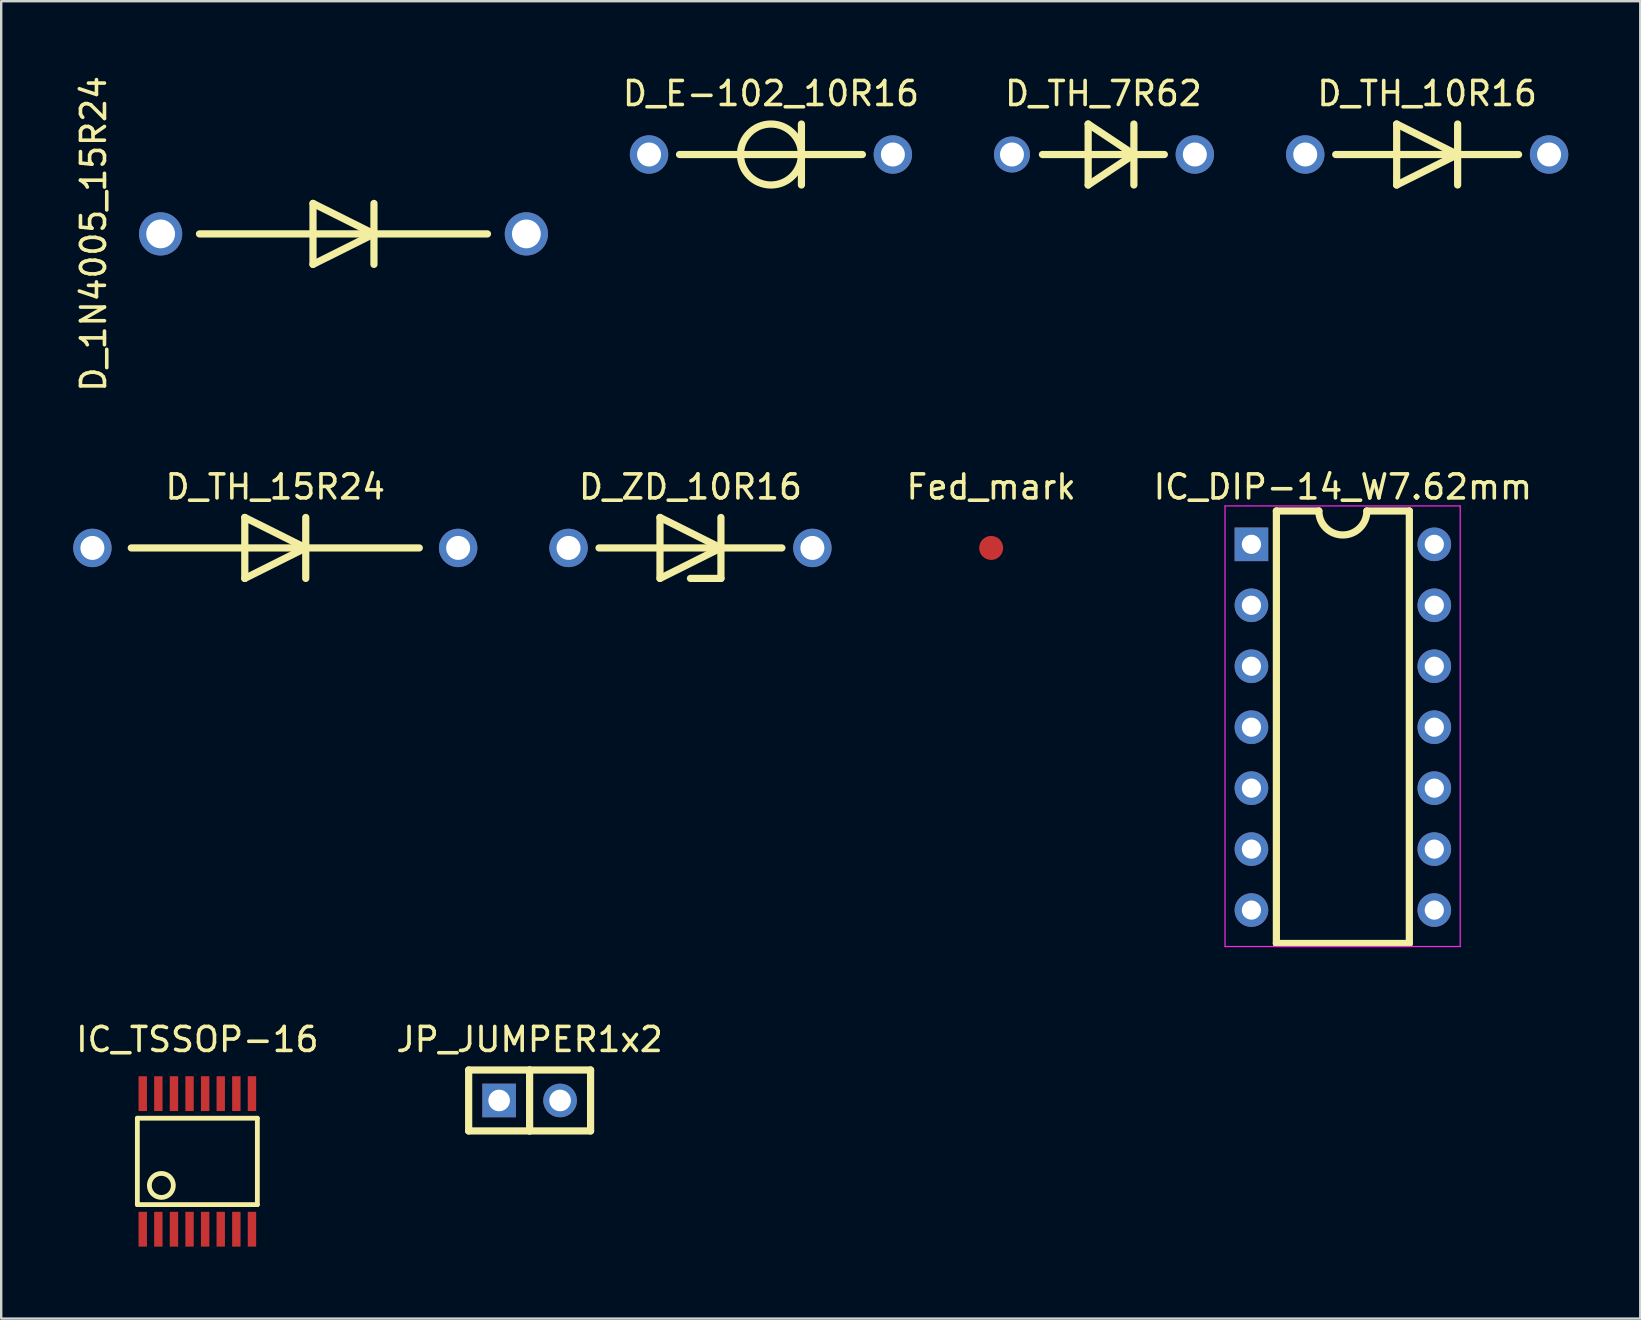
<source format=kicad_pcb>
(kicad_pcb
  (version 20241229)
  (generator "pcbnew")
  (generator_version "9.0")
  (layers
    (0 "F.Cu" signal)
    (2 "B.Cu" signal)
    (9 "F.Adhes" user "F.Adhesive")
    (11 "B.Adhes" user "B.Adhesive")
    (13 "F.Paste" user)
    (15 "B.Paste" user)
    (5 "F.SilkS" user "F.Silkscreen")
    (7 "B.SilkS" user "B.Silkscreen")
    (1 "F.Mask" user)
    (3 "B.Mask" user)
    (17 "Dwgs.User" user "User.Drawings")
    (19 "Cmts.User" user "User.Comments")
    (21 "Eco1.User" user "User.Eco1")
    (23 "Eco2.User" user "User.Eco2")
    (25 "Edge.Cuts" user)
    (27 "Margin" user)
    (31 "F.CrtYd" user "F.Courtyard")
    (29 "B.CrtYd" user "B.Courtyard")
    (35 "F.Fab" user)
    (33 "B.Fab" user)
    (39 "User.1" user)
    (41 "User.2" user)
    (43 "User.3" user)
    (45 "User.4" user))
  (footprint "D_E-102_10R16"
    (layer "F.Cu")
    (at 29.074 3.388)
    (property "Reference" "D_E-102_10R16" (at 0 -2.54 0) (layer "F.SilkS") (effects (font (size 1 1) (thickness 0.15))))
    (attr through_hole)
    (fp_line (start -3.81 0) (end 3.81 0) (stroke (width 0.3) (type solid)) (layer "F.SilkS"))
    (fp_line (start 1.27 1.27) (end 1.27 -1.27) (stroke (width 0.3) (type solid)) (layer "F.SilkS"))
    (fp_circle (center 0 0) (end 1.27 0) (stroke (width 0.3) (type solid)) (fill no) (layer "F.SilkS"))
    (pad "1" thru_hole circle (at -5.08 0) (size 1.6 1.6) (drill 1) (layers "*.Cu" "*.Mask"))
    (pad "2" thru_hole circle (at 5.08 0) (size 1.6 1.6) (drill 1) (layers "*.Cu" "*.Mask")))
  (footprint "IC_TSSOP-16"
    (layer "F.Cu")
    (at 5.173 45.344)
    (property "Reference" "IC_TSSOP-16" (at 0 -5.08 0) (layer "F.SilkS") (effects (font (size 1 1) (thickness 0.15))))
    (attr through_hole)
    (fp_line (start -2.5 -1.8) (end -2.5 1.8) (stroke (width 0.2) (type solid)) (layer "F.SilkS"))
    (fp_line (start -2.5 1.8) (end 2.5 1.8) (stroke (width 0.2) (type solid)) (layer "F.SilkS"))
    (fp_line (start 2.5 -1.8) (end -2.5 -1.8) (stroke (width 0.2) (type solid)) (layer "F.SilkS"))
    (fp_line (start 2.5 1.8) (end 2.5 -1.8) (stroke (width 0.2) (type solid)) (layer "F.SilkS"))
    (fp_circle (center -1.5 1) (end -1 1) (stroke (width 0.2) (type solid)) (fill no) (layer "F.SilkS"))
    (pad "1" smd rect (at -2.275 2.825) (size 0.35 1.45) (layers "F.Cu" "F.Mask" "F.Paste"))
    (pad "2" smd rect (at -1.625 2.825) (size 0.35 1.45) (layers "F.Cu" "F.Mask" "F.Paste"))
    (pad "3" smd rect (at -0.975 2.825) (size 0.35 1.45) (layers "F.Cu" "F.Mask" "F.Paste"))
    (pad "4" smd rect (at -0.325 2.825) (size 0.35 1.45) (layers "F.Cu" "F.Mask" "F.Paste"))
    (pad "5" smd rect (at 0.325 2.825) (size 0.35 1.45) (layers "F.Cu" "F.Mask" "F.Paste"))
    (pad "6" smd rect (at 0.975 2.825) (size 0.35 1.45) (layers "F.Cu" "F.Mask" "F.Paste"))
    (pad "7" smd rect (at 1.625 2.825) (size 0.35 1.45) (layers "F.Cu" "F.Mask" "F.Paste"))
    (pad "8" smd rect (at 2.275 2.825) (size 0.35 1.45) (layers "F.Cu" "F.Mask" "F.Paste"))
    (pad "9" smd rect (at 2.275 -2.825) (size 0.35 1.45) (layers "F.Cu" "F.Mask" "F.Paste"))
    (pad "10" smd rect (at 1.625 -2.825) (size 0.35 1.45) (layers "F.Cu" "F.Mask" "F.Paste"))
    (pad "11" smd rect (at 0.975 -2.825) (size 0.35 1.45) (layers "F.Cu" "F.Mask" "F.Paste"))
    (pad "12" smd rect (at 0.325 -2.825) (size 0.35 1.45) (layers "F.Cu" "F.Mask" "F.Paste"))
    (pad "13" smd rect (at -0.325 -2.825) (size 0.35 1.45) (layers "F.Cu" "F.Mask" "F.Paste"))
    (pad "14" smd rect (at -0.975 -2.825) (size 0.35 1.45) (layers "F.Cu" "F.Mask" "F.Paste"))
    (pad "15" smd rect (at -1.625 -2.825) (size 0.35 1.45) (layers "F.Cu" "F.Mask" "F.Paste"))
    (pad "16" smd rect (at -2.275 -2.825) (size 0.35 1.45) (layers "F.Cu" "F.Mask" "F.Paste")))
  (footprint "Fed_mark"
    (layer "F.Cu")
    (at 38.249 19.781)
    (property "Reference" "Fed_mark" (at 0 -2.54 0) (layer "F.SilkS") (effects (font (size 1 1) (thickness 0.15))))
    (attr through_hole)
    (fp_circle (center 0 0) (end 0.75 0) (stroke (width 1.5) (type solid)) (fill no) (layer "F.Mask"))
    (pad "1" smd circle (at 0 0) (size 1 1) (layers "F.Cu" "F.Mask" "F.Paste")))
  (footprint "D_TH_10R16"
    (layer "F.Cu")
    (at 56.416 3.388)
    (property "Reference" "D_TH_10R16" (at 0 -2.54 0) (layer "F.SilkS") (effects (font (size 1 1) (thickness 0.15))))
    (attr through_hole)
    (fp_line (start -3.81 0) (end 3.81 0) (stroke (width 0.3) (type solid)) (layer "F.SilkS"))
    (fp_line (start -1.27 -1.27) (end -1.27 1.27) (stroke (width 0.3) (type solid)) (layer "F.SilkS"))
    (fp_line (start -1.27 1.27) (end 1.27 0) (stroke (width 0.3) (type solid)) (layer "F.SilkS"))
    (fp_line (start 1.27 0) (end -1.27 -1.27) (stroke (width 0.3) (type solid)) (layer "F.SilkS"))
    (fp_line (start 1.27 1.27) (end 1.27 -1.27) (stroke (width 0.3) (type solid)) (layer "F.SilkS"))
    (pad "1" thru_hole circle (at -5.08 0) (size 1.6 1.6) (drill 1) (layers "*.Cu" "*.Mask"))
    (pad "2" thru_hole circle (at 5.08 0) (size 1.6 1.6) (drill 1) (layers "*.Cu" "*.Mask")))
  (footprint "D_TH_7R62"
    (layer "F.Cu")
    (at 42.926 3.388)
    (property "Reference" "D_TH_7R62" (at 0 -2.54 0) (layer "F.SilkS") (effects (font (size 1 1) (thickness 0.15))))
    (attr through_hole)
    (fp_line (start -2.54 0) (end 2.54 0) (stroke (width 0.3) (type solid)) (layer "F.SilkS"))
    (fp_line (start -0.635 -1.27) (end -0.635 1.27) (stroke (width 0.3) (type solid)) (layer "F.SilkS"))
    (fp_line (start -0.635 1.27) (end 1.27 0) (stroke (width 0.3) (type solid)) (layer "F.SilkS"))
    (fp_line (start 1.27 0) (end -0.635 -1.27) (stroke (width 0.3) (type solid)) (layer "F.SilkS"))
    (fp_line (start 1.27 1.27) (end 1.27 -1.27) (stroke (width 0.3) (type solid)) (layer "F.SilkS"))
    (pad "1" thru_hole circle (at -3.81 0) (size 1.5 1.5) (drill 1) (layers "*.Cu" "*.Mask"))
    (pad "2" thru_hole circle (at 3.81 0) (size 1.6 1.6) (drill 1) (layers "*.Cu" "*.Mask")))
  (footprint "D_1N4005_15R24"
    (layer "F.Cu")
    (at 11.262 6.696)
    (property "Reference" "D_1N4005_15R24" (at -10.414 0 90) (layer "F.SilkS") (effects (font (size 1 1) (thickness 0.15))))
    (attr through_hole)
    (fp_line (start -6 0) (end 6 0) (stroke (width 0.3) (type solid)) (layer "F.SilkS"))
    (fp_line (start -1.27 -1.27) (end -1.27 1.27) (stroke (width 0.3) (type solid)) (layer "F.SilkS"))
    (fp_line (start -1.27 1.27) (end 1.27 0) (stroke (width 0.3) (type solid)) (layer "F.SilkS"))
    (fp_line (start 1.27 0) (end -1.27 -1.27) (stroke (width 0.3) (type solid)) (layer "F.SilkS"))
    (fp_line (start 1.27 1.27) (end 1.27 -1.27) (stroke (width 0.3) (type solid)) (layer "F.SilkS"))
    (pad "1" thru_hole circle (at -7.62 0) (size 1.8 1.8) (drill 1.2) (layers "*.Cu" "*.Mask"))
    (pad "2" thru_hole circle (at 7.62 0) (size 1.8 1.8) (drill 1.2) (layers "*.Cu" "*.Mask")))
  (footprint "D_TH_15R24"
    (layer "F.Cu")
    (at 8.42 19.781)
    (property "Reference" "D_TH_15R24" (at 0 -2.54 0) (layer "F.SilkS") (effects (font (size 1 1) (thickness 0.15))))
    (attr through_hole)
    (fp_line (start -6 0) (end 6 0) (stroke (width 0.3) (type solid)) (layer "F.SilkS"))
    (fp_line (start -1.27 -1.27) (end -1.27 1.27) (stroke (width 0.3) (type solid)) (layer "F.SilkS"))
    (fp_line (start -1.27 1.27) (end 1.27 0) (stroke (width 0.3) (type solid)) (layer "F.SilkS"))
    (fp_line (start 1.27 0) (end -1.27 -1.27) (stroke (width 0.3) (type solid)) (layer "F.SilkS"))
    (fp_line (start 1.27 1.27) (end 1.27 -1.27) (stroke (width 0.3) (type solid)) (layer "F.SilkS"))
    (pad "1" thru_hole circle (at -7.62 0) (size 1.6 1.6) (drill 1) (layers "*.Cu" "*.Mask"))
    (pad "2" thru_hole circle (at 7.62 0) (size 1.6 1.6) (drill 1) (layers "*.Cu" "*.Mask")))
  (footprint "IC_DIP-14_W7.62mm"
    (layer "F.Cu")
    (at 49.094 19.631)
    (property "Reference" "IC_DIP-14_W7.62mm" (at 3.81 -2.39 0) (layer "F.SilkS") (effects (font (size 1 1) (thickness 0.15))))
    (attr through_hole)
    (fp_line (start 1.04 -1.39) (end 1.04 16.63) (stroke (width 0.3) (type solid)) (layer "F.SilkS"))
    (fp_line (start 1.04 16.63) (end 6.58 16.63) (stroke (width 0.3) (type solid)) (layer "F.SilkS"))
    (fp_line (start 2.81 -1.39) (end 1.04 -1.39) (stroke (width 0.3) (type solid)) (layer "F.SilkS"))
    (fp_line (start 6.58 -1.39) (end 4.81 -1.39) (stroke (width 0.3) (type solid)) (layer "F.SilkS"))
    (fp_line (start 6.58 16.63) (end 6.58 -1.39) (stroke (width 0.3) (type solid)) (layer "F.SilkS"))
    (fp_arc (start 4.81 -1.39) (mid 3.81 -0.39) (end 2.81 -1.39) (stroke (width 0.3) (type solid)) (layer "F.SilkS"))
    (fp_line (start -1.1 -1.6) (end -1.1 16.76) (stroke (width 0.05) (type solid)) (layer "F.CrtYd"))
    (fp_line (start -1.1 16.76) (end 8.7 16.76) (stroke (width 0.05) (type solid)) (layer "F.CrtYd"))
    (fp_line (start 8.7 -1.6) (end -1.1 -1.6) (stroke (width 0.05) (type solid)) (layer "F.CrtYd"))
    (fp_line (start 8.7 16.76) (end 8.7 -1.6) (stroke (width 0.05) (type solid)) (layer "F.CrtYd"))
    (pad "1" thru_hole rect (at 0 0) (size 1.4 1.4) (drill 0.8) (layers "*.Cu" "*.Mask"))
    (pad "2" thru_hole oval (at 0 2.54) (size 1.4 1.4) (drill 0.8) (layers "*.Cu" "*.Mask"))
    (pad "3" thru_hole oval (at 0 5.08) (size 1.4 1.4) (drill 0.8) (layers "*.Cu" "*.Mask"))
    (pad "4" thru_hole oval (at 0 7.62) (size 1.4 1.4) (drill 0.8) (layers "*.Cu" "*.Mask"))
    (pad "5" thru_hole oval (at 0 10.16) (size 1.4 1.4) (drill 0.8) (layers "*.Cu" "*.Mask"))
    (pad "6" thru_hole oval (at 0 12.7) (size 1.4 1.4) (drill 0.8) (layers "*.Cu" "*.Mask"))
    (pad "7" thru_hole oval (at 0 15.24) (size 1.4 1.4) (drill 0.8) (layers "*.Cu" "*.Mask"))
    (pad "8" thru_hole oval (at 7.62 15.24) (size 1.4 1.4) (drill 0.8) (layers "*.Cu" "*.Mask"))
    (pad "9" thru_hole oval (at 7.62 12.7) (size 1.4 1.4) (drill 0.8) (layers "*.Cu" "*.Mask"))
    (pad "10" thru_hole oval (at 7.62 10.16) (size 1.4 1.4) (drill 0.8) (layers "*.Cu" "*.Mask"))
    (pad "11" thru_hole oval (at 7.62 7.62) (size 1.4 1.4) (drill 0.8) (layers "*.Cu" "*.Mask"))
    (pad "12" thru_hole oval (at 7.62 5.08) (size 1.4 1.4) (drill 0.8) (layers "*.Cu" "*.Mask"))
    (pad "13" thru_hole oval (at 7.62 2.54) (size 1.4 1.4) (drill 0.8) (layers "*.Cu" "*.Mask"))
    (pad "14" thru_hole oval (at 7.62 0) (size 1.4 1.4) (drill 0.8) (layers "*.Cu" "*.Mask")))
  (footprint "JP_JUMPER1x2"
    (layer "F.Cu")
    (at 19.018 42.804)
    (property "Reference" "JP_JUMPER1x2" (at 0 -2.54 0) (layer "F.SilkS") (effects (font (size 1 1) (thickness 0.15))))
    (attr through_hole)
    (fp_line (start -2.54 -1.27) (end -2.54 1.27) (stroke (width 0.3) (type solid)) (layer "F.SilkS"))
    (fp_line (start -2.54 -1.27) (end 0 -1.27) (stroke (width 0.3) (type solid)) (layer "F.SilkS"))
    (fp_line (start -2.54 1.27) (end 0 1.27) (stroke (width 0.3) (type solid)) (layer "F.SilkS"))
    (fp_line (start 0 -1.27) (end 0 1.27) (stroke (width 0.3) (type solid)) (layer "F.SilkS"))
    (fp_line (start 0 1.27) (end 2.54 1.27) (stroke (width 0.3) (type solid)) (layer "F.SilkS"))
    (fp_line (start 2.54 -1.27) (end 0 -1.27) (stroke (width 0.3) (type solid)) (layer "F.SilkS"))
    (fp_line (start 2.54 1.27) (end 2.54 -1.27) (stroke (width 0.3) (type solid)) (layer "F.SilkS"))
    (pad "1" thru_hole rect (at -1.27 0) (size 1.4 1.4) (drill 0.9) (layers "*.Cu" "*.Mask"))
    (pad "2" thru_hole circle (at 1.27 0) (size 1.4 1.4) (drill 0.9) (layers "*.Cu" "*.Mask")))
  (footprint "D_ZD_10R16"
    (layer "F.Cu")
    (at 25.72 19.781)
    (property "Reference" "D_ZD_10R16" (at 0 -2.54 0) (layer "F.SilkS") (effects (font (size 1 1) (thickness 0.15))))
    (attr through_hole)
    (fp_line (start -3.81 0) (end 3.81 0) (stroke (width 0.3) (type solid)) (layer "F.SilkS"))
    (fp_line (start -1.27 -1.27) (end -1.27 1.27) (stroke (width 0.3) (type solid)) (layer "F.SilkS"))
    (fp_line (start -1.27 1.27) (end 1.27 0) (stroke (width 0.3) (type solid)) (layer "F.SilkS"))
    (fp_line (start 1.27 0) (end -1.27 -1.27) (stroke (width 0.3) (type solid)) (layer "F.SilkS"))
    (fp_line (start 1.27 1.27) (end 0 1.27) (stroke (width 0.3) (type solid)) (layer "F.SilkS"))
    (fp_line (start 1.27 1.27) (end 1.27 -1.27) (stroke (width 0.3) (type solid)) (layer "F.SilkS"))
    (pad "1" thru_hole circle (at -5.08 0) (size 1.6 1.6) (drill 1) (layers "*.Cu" "*.Mask"))
    (pad "2" thru_hole circle (at 5.08 0) (size 1.6 1.6) (drill 1) (layers "*.Cu" "*.Mask")))
  (gr_rect
    (start -3 -3)
    (end 65.296 51.894)
    (stroke (width 0.1) (type default))
    (fill no)
    (layer "Edge.Cuts")))
</source>
